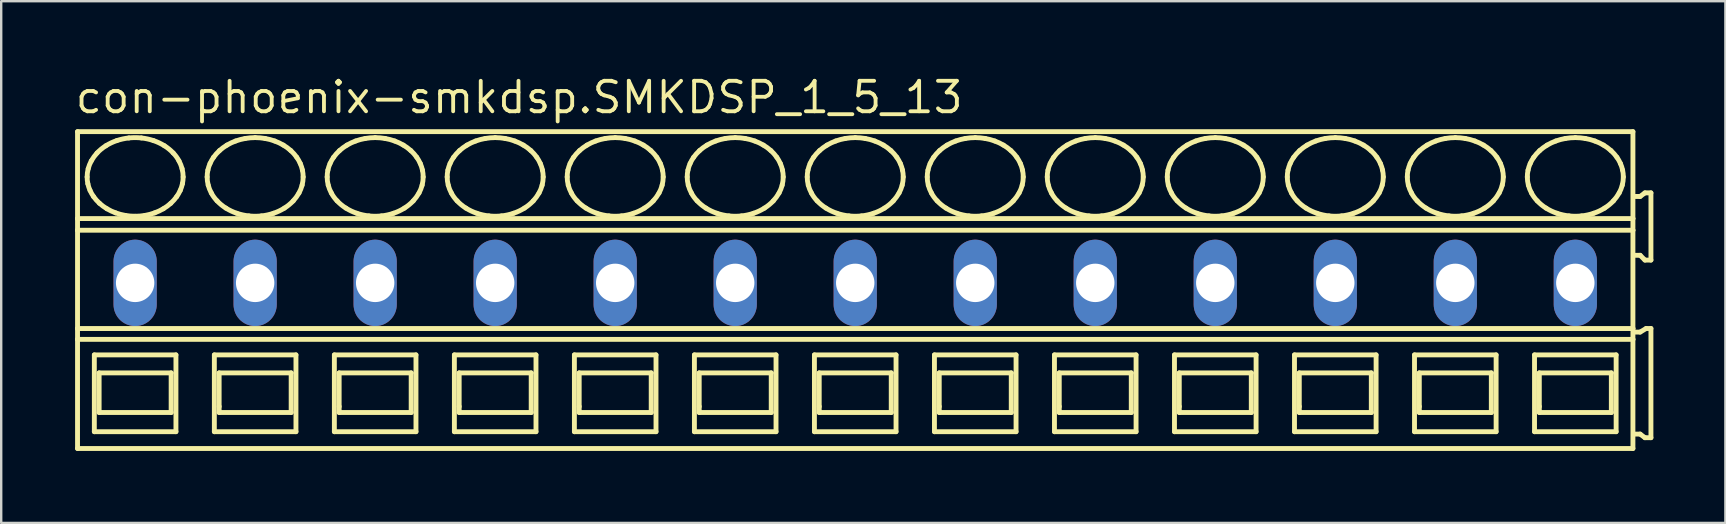
<source format=kicad_pcb>
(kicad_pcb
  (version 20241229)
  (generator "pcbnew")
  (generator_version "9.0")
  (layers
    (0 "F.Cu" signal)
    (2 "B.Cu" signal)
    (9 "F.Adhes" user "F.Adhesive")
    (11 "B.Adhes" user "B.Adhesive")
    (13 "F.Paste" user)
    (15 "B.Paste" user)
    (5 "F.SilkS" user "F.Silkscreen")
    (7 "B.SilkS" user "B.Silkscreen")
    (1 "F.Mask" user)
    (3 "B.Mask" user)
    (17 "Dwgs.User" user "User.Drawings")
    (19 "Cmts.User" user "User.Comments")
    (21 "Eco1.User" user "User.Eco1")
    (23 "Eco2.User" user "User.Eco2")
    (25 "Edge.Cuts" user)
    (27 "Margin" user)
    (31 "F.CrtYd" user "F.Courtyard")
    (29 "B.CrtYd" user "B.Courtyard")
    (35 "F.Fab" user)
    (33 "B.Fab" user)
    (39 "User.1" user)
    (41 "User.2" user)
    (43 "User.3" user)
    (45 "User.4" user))
  (footprint "con-phoenix-smkdsp.SMKDSP_1_5_13"
    (layer "F.Cu")
    (at 5.08 8.735)
    (property "Reference" "con-phoenix-smkdsp.SMKDSP_1_5_13" (at -5.08 -6.985 0) (layer "F.SilkS") (effects (font (size 1.27 1.27) (thickness 0.16)) (justify left bottom)))
    (attr through_hole)
    (fp_line (start -4.9 -6.3) (end -4.9 -2.679) (stroke (width 0.203) (type default)) (layer "F.SilkS"))
    (fp_line (start -4.9 -2.679) (end -4.9 -2.192) (stroke (width 0.203) (type default)) (layer "F.SilkS"))
    (fp_line (start -4.9 -2.192) (end -4.9 1.902) (stroke (width 0.203) (type default)) (layer "F.SilkS"))
    (fp_line (start -4.9 1.902) (end -4.9 2.354) (stroke (width 0.203) (type default)) (layer "F.SilkS"))
    (fp_line (start -4.9 2.354) (end -4.9 6.9) (stroke (width 0.203) (type default)) (layer "F.SilkS"))
    (fp_line (start -4.9 6.9) (end 59.9 6.9) (stroke (width 0.203) (type default)) (layer "F.SilkS"))
    (fp_line (start -4.2 3) (end -4.2 6.2) (stroke (width 0.203) (type default)) (layer "F.SilkS"))
    (fp_line (start -4.2 6.2) (end -0.8 6.2) (stroke (width 0.203) (type default)) (layer "F.SilkS"))
    (fp_line (start -4 3.75) (end -4 5.4) (stroke (width 0.203) (type default)) (layer "F.SilkS"))
    (fp_line (start -4 5.4) (end -1 5.4) (stroke (width 0.203) (type default)) (layer "F.SilkS"))
    (fp_line (start -1 3.75) (end -4 3.75) (stroke (width 0.203) (type default)) (layer "F.SilkS"))
    (fp_line (start -1 5.4) (end -1 3.75) (stroke (width 0.203) (type default)) (layer "F.SilkS"))
    (fp_line (start -0.8 3) (end -4.2 3) (stroke (width 0.203) (type default)) (layer "F.SilkS"))
    (fp_line (start -0.8 6.2) (end -0.8 3) (stroke (width 0.203) (type default)) (layer "F.SilkS"))
    (fp_line (start 0.8 3) (end 0.8 6.2) (stroke (width 0.203) (type default)) (layer "F.SilkS"))
    (fp_line (start 0.8 6.2) (end 4.2 6.2) (stroke (width 0.203) (type default)) (layer "F.SilkS"))
    (fp_line (start 1 3.75) (end 1 5.15) (stroke (width 0.203) (type default)) (layer "F.SilkS"))
    (fp_line (start 1 5.15) (end 1 5.4) (stroke (width 0.203) (type default)) (layer "F.SilkS"))
    (fp_line (start 1 5.4) (end 4 5.4) (stroke (width 0.203) (type default)) (layer "F.SilkS"))
    (fp_line (start 4 3.75) (end 1 3.75) (stroke (width 0.203) (type default)) (layer "F.SilkS"))
    (fp_line (start 4 5.4) (end 4 3.75) (stroke (width 0.203) (type default)) (layer "F.SilkS"))
    (fp_line (start 4.2 3) (end 0.8 3) (stroke (width 0.203) (type default)) (layer "F.SilkS"))
    (fp_line (start 4.2 6.2) (end 4.2 3) (stroke (width 0.203) (type default)) (layer "F.SilkS"))
    (fp_line (start 5.8 3) (end 5.8 6.2) (stroke (width 0.203) (type default)) (layer "F.SilkS"))
    (fp_line (start 5.8 6.2) (end 9.2 6.2) (stroke (width 0.203) (type default)) (layer "F.SilkS"))
    (fp_line (start 6 3.75) (end 6 5.15) (stroke (width 0.203) (type default)) (layer "F.SilkS"))
    (fp_line (start 6 5.15) (end 6 5.4) (stroke (width 0.203) (type default)) (layer "F.SilkS"))
    (fp_line (start 6 5.4) (end 9 5.4) (stroke (width 0.203) (type default)) (layer "F.SilkS"))
    (fp_line (start 9 3.75) (end 6 3.75) (stroke (width 0.203) (type default)) (layer "F.SilkS"))
    (fp_line (start 9 5.4) (end 9 3.75) (stroke (width 0.203) (type default)) (layer "F.SilkS"))
    (fp_line (start 9.2 3) (end 5.8 3) (stroke (width 0.203) (type default)) (layer "F.SilkS"))
    (fp_line (start 9.2 6.2) (end 9.2 3) (stroke (width 0.203) (type default)) (layer "F.SilkS"))
    (fp_line (start 10.8 3) (end 10.8 6.2) (stroke (width 0.203) (type default)) (layer "F.SilkS"))
    (fp_line (start 10.8 6.2) (end 14.2 6.2) (stroke (width 0.203) (type default)) (layer "F.SilkS"))
    (fp_line (start 11 3.75) (end 11 5.15) (stroke (width 0.203) (type default)) (layer "F.SilkS"))
    (fp_line (start 11 5.15) (end 11 5.4) (stroke (width 0.203) (type default)) (layer "F.SilkS"))
    (fp_line (start 11 5.4) (end 14 5.4) (stroke (width 0.203) (type default)) (layer "F.SilkS"))
    (fp_line (start 14 3.75) (end 11 3.75) (stroke (width 0.203) (type default)) (layer "F.SilkS"))
    (fp_line (start 14 5.4) (end 14 3.75) (stroke (width 0.203) (type default)) (layer "F.SilkS"))
    (fp_line (start 14.2 3) (end 10.8 3) (stroke (width 0.203) (type default)) (layer "F.SilkS"))
    (fp_line (start 14.2 6.2) (end 14.2 3) (stroke (width 0.203) (type default)) (layer "F.SilkS"))
    (fp_line (start 15.8 3) (end 15.8 6.2) (stroke (width 0.203) (type default)) (layer "F.SilkS"))
    (fp_line (start 15.8 6.2) (end 19.2 6.2) (stroke (width 0.203) (type default)) (layer "F.SilkS"))
    (fp_line (start 16 3.75) (end 16 5.15) (stroke (width 0.203) (type default)) (layer "F.SilkS"))
    (fp_line (start 16 5.15) (end 16 5.4) (stroke (width 0.203) (type default)) (layer "F.SilkS"))
    (fp_line (start 16 5.4) (end 19 5.4) (stroke (width 0.203) (type default)) (layer "F.SilkS"))
    (fp_line (start 19 3.75) (end 16 3.75) (stroke (width 0.203) (type default)) (layer "F.SilkS"))
    (fp_line (start 19 5.4) (end 19 3.75) (stroke (width 0.203) (type default)) (layer "F.SilkS"))
    (fp_line (start 19.2 3) (end 15.8 3) (stroke (width 0.203) (type default)) (layer "F.SilkS"))
    (fp_line (start 19.2 6.2) (end 19.2 3) (stroke (width 0.203) (type default)) (layer "F.SilkS"))
    (fp_line (start 20.8 3) (end 20.8 6.2) (stroke (width 0.203) (type default)) (layer "F.SilkS"))
    (fp_line (start 20.8 6.2) (end 24.2 6.2) (stroke (width 0.203) (type default)) (layer "F.SilkS"))
    (fp_line (start 21 3.75) (end 21 5.15) (stroke (width 0.203) (type default)) (layer "F.SilkS"))
    (fp_line (start 21 5.15) (end 21 5.4) (stroke (width 0.203) (type default)) (layer "F.SilkS"))
    (fp_line (start 21 5.4) (end 24 5.4) (stroke (width 0.203) (type default)) (layer "F.SilkS"))
    (fp_line (start 24 3.75) (end 21 3.75) (stroke (width 0.203) (type default)) (layer "F.SilkS"))
    (fp_line (start 24 5.4) (end 24 3.75) (stroke (width 0.203) (type default)) (layer "F.SilkS"))
    (fp_line (start 24.2 3) (end 20.8 3) (stroke (width 0.203) (type default)) (layer "F.SilkS"))
    (fp_line (start 24.2 6.2) (end 24.2 3) (stroke (width 0.203) (type default)) (layer "F.SilkS"))
    (fp_line (start 25.8 3) (end 25.8 6.2) (stroke (width 0.203) (type default)) (layer "F.SilkS"))
    (fp_line (start 25.8 6.2) (end 29.2 6.2) (stroke (width 0.203) (type default)) (layer "F.SilkS"))
    (fp_line (start 26 3.75) (end 26 5.15) (stroke (width 0.203) (type default)) (layer "F.SilkS"))
    (fp_line (start 26 5.15) (end 26 5.4) (stroke (width 0.203) (type default)) (layer "F.SilkS"))
    (fp_line (start 26 5.4) (end 29 5.4) (stroke (width 0.203) (type default)) (layer "F.SilkS"))
    (fp_line (start 29 3.75) (end 26 3.75) (stroke (width 0.203) (type default)) (layer "F.SilkS"))
    (fp_line (start 29 5.4) (end 29 3.75) (stroke (width 0.203) (type default)) (layer "F.SilkS"))
    (fp_line (start 29.2 3) (end 25.8 3) (stroke (width 0.203) (type default)) (layer "F.SilkS"))
    (fp_line (start 29.2 6.2) (end 29.2 3) (stroke (width 0.203) (type default)) (layer "F.SilkS"))
    (fp_line (start 30.8 3) (end 30.8 6.2) (stroke (width 0.203) (type default)) (layer "F.SilkS"))
    (fp_line (start 30.8 6.2) (end 34.2 6.2) (stroke (width 0.203) (type default)) (layer "F.SilkS"))
    (fp_line (start 31 3.75) (end 31 5.15) (stroke (width 0.203) (type default)) (layer "F.SilkS"))
    (fp_line (start 31 5.15) (end 31 5.4) (stroke (width 0.203) (type default)) (layer "F.SilkS"))
    (fp_line (start 31 5.4) (end 34 5.4) (stroke (width 0.203) (type default)) (layer "F.SilkS"))
    (fp_line (start 34 3.75) (end 31 3.75) (stroke (width 0.203) (type default)) (layer "F.SilkS"))
    (fp_line (start 34 5.4) (end 34 3.75) (stroke (width 0.203) (type default)) (layer "F.SilkS"))
    (fp_line (start 34.2 3) (end 30.8 3) (stroke (width 0.203) (type default)) (layer "F.SilkS"))
    (fp_line (start 34.2 6.2) (end 34.2 3) (stroke (width 0.203) (type default)) (layer "F.SilkS"))
    (fp_line (start 35.8 3) (end 35.8 6.2) (stroke (width 0.203) (type default)) (layer "F.SilkS"))
    (fp_line (start 35.8 6.2) (end 39.2 6.2) (stroke (width 0.203) (type default)) (layer "F.SilkS"))
    (fp_line (start 36 3.75) (end 36 5.15) (stroke (width 0.203) (type default)) (layer "F.SilkS"))
    (fp_line (start 36 5.15) (end 36 5.4) (stroke (width 0.203) (type default)) (layer "F.SilkS"))
    (fp_line (start 36 5.4) (end 39 5.4) (stroke (width 0.203) (type default)) (layer "F.SilkS"))
    (fp_line (start 39 3.75) (end 36 3.75) (stroke (width 0.203) (type default)) (layer "F.SilkS"))
    (fp_line (start 39 5.4) (end 39 3.75) (stroke (width 0.203) (type default)) (layer "F.SilkS"))
    (fp_line (start 39.2 3) (end 35.8 3) (stroke (width 0.203) (type default)) (layer "F.SilkS"))
    (fp_line (start 39.2 6.2) (end 39.2 3) (stroke (width 0.203) (type default)) (layer "F.SilkS"))
    (fp_line (start 40.8 3) (end 40.8 6.2) (stroke (width 0.203) (type default)) (layer "F.SilkS"))
    (fp_line (start 40.8 6.2) (end 44.2 6.2) (stroke (width 0.203) (type default)) (layer "F.SilkS"))
    (fp_line (start 41 3.75) (end 41 5.15) (stroke (width 0.203) (type default)) (layer "F.SilkS"))
    (fp_line (start 41 5.15) (end 41 5.4) (stroke (width 0.203) (type default)) (layer "F.SilkS"))
    (fp_line (start 41 5.4) (end 44 5.4) (stroke (width 0.203) (type default)) (layer "F.SilkS"))
    (fp_line (start 44 3.75) (end 41 3.75) (stroke (width 0.203) (type default)) (layer "F.SilkS"))
    (fp_line (start 44 5.4) (end 44 3.75) (stroke (width 0.203) (type default)) (layer "F.SilkS"))
    (fp_line (start 44.2 3) (end 40.8 3) (stroke (width 0.203) (type default)) (layer "F.SilkS"))
    (fp_line (start 44.2 6.2) (end 44.2 3) (stroke (width 0.203) (type default)) (layer "F.SilkS"))
    (fp_line (start 45.8 3) (end 45.8 6.2) (stroke (width 0.203) (type default)) (layer "F.SilkS"))
    (fp_line (start 45.8 6.2) (end 49.2 6.2) (stroke (width 0.203) (type default)) (layer "F.SilkS"))
    (fp_line (start 46 3.75) (end 46 5.15) (stroke (width 0.203) (type default)) (layer "F.SilkS"))
    (fp_line (start 46 5.15) (end 46 5.4) (stroke (width 0.203) (type default)) (layer "F.SilkS"))
    (fp_line (start 46 5.4) (end 49 5.4) (stroke (width 0.203) (type default)) (layer "F.SilkS"))
    (fp_line (start 49 3.75) (end 46 3.75) (stroke (width 0.203) (type default)) (layer "F.SilkS"))
    (fp_line (start 49 5.4) (end 49 3.75) (stroke (width 0.203) (type default)) (layer "F.SilkS"))
    (fp_line (start 49.2 3) (end 45.8 3) (stroke (width 0.203) (type default)) (layer "F.SilkS"))
    (fp_line (start 49.2 6.2) (end 49.2 3) (stroke (width 0.203) (type default)) (layer "F.SilkS"))
    (fp_line (start 50.8 3) (end 50.8 6.2) (stroke (width 0.203) (type default)) (layer "F.SilkS"))
    (fp_line (start 50.8 6.2) (end 54.2 6.2) (stroke (width 0.203) (type default)) (layer "F.SilkS"))
    (fp_line (start 51 3.75) (end 51 5.15) (stroke (width 0.203) (type default)) (layer "F.SilkS"))
    (fp_line (start 51 5.15) (end 51 5.4) (stroke (width 0.203) (type default)) (layer "F.SilkS"))
    (fp_line (start 51 5.4) (end 54 5.4) (stroke (width 0.203) (type default)) (layer "F.SilkS"))
    (fp_line (start 54 3.75) (end 51 3.75) (stroke (width 0.203) (type default)) (layer "F.SilkS"))
    (fp_line (start 54 5.4) (end 54 3.75) (stroke (width 0.203) (type default)) (layer "F.SilkS"))
    (fp_line (start 54.2 3) (end 50.8 3) (stroke (width 0.203) (type default)) (layer "F.SilkS"))
    (fp_line (start 54.2 6.2) (end 54.2 3) (stroke (width 0.203) (type default)) (layer "F.SilkS"))
    (fp_line (start 55.8 3) (end 55.8 6.2) (stroke (width 0.203) (type default)) (layer "F.SilkS"))
    (fp_line (start 55.8 6.2) (end 59.2 6.2) (stroke (width 0.203) (type default)) (layer "F.SilkS"))
    (fp_line (start 56 3.75) (end 56 5.15) (stroke (width 0.203) (type default)) (layer "F.SilkS"))
    (fp_line (start 56 5.15) (end 56 5.4) (stroke (width 0.203) (type default)) (layer "F.SilkS"))
    (fp_line (start 56 5.4) (end 59 5.4) (stroke (width 0.203) (type default)) (layer "F.SilkS"))
    (fp_line (start 59 3.75) (end 56 3.75) (stroke (width 0.203) (type default)) (layer "F.SilkS"))
    (fp_line (start 59 5.4) (end 59 3.75) (stroke (width 0.203) (type default)) (layer "F.SilkS"))
    (fp_line (start 59.2 3) (end 55.8 3) (stroke (width 0.203) (type default)) (layer "F.SilkS"))
    (fp_line (start 59.2 6.2) (end 59.2 3) (stroke (width 0.203) (type default)) (layer "F.SilkS"))
    (fp_line (start 59.9 -6.3) (end -4.9 -6.3) (stroke (width 0.203) (type default)) (layer "F.SilkS"))
    (fp_line (start 59.9 -2.679) (end -4.9 -2.679) (stroke (width 0.203) (type default)) (layer "F.SilkS"))
    (fp_line (start 59.9 -2.679) (end 59.9 -6.3) (stroke (width 0.203) (type default)) (layer "F.SilkS"))
    (fp_line (start 59.9 -2.192) (end -4.9 -2.192) (stroke (width 0.203) (type default)) (layer "F.SilkS"))
    (fp_line (start 59.9 -2.192) (end 59.9 -2.679) (stroke (width 0.203) (type default)) (layer "F.SilkS"))
    (fp_line (start 59.9 1.902) (end -4.9 1.902) (stroke (width 0.203) (type default)) (layer "F.SilkS"))
    (fp_line (start 59.9 1.902) (end 59.9 -2.192) (stroke (width 0.203) (type default)) (layer "F.SilkS"))
    (fp_line (start 59.9 2.354) (end -4.9 2.354) (stroke (width 0.203) (type default)) (layer "F.SilkS"))
    (fp_line (start 59.9 2.354) (end 59.9 1.902) (stroke (width 0.203) (type default)) (layer "F.SilkS"))
    (fp_line (start 59.9 6.9) (end 59.9 2.354) (stroke (width 0.203) (type default)) (layer "F.SilkS"))
    (fp_line (start 60 -1.15) (end 60.2 -1.15) (stroke (width 0.203) (type default)) (layer "F.SilkS"))
    (fp_line (start 60 6.3) (end 60.2 6.3) (stroke (width 0.203) (type default)) (layer "F.SilkS"))
    (fp_line (start 60.2 -3.6) (end 60 -3.6) (stroke (width 0.203) (type default)) (layer "F.SilkS"))
    (fp_line (start 60.2 -1.15) (end 60.4 -0.95) (stroke (width 0.203) (type default)) (layer "F.SilkS"))
    (fp_line (start 60.2 2.05) (end 60 2.05) (stroke (width 0.203) (type default)) (layer "F.SilkS"))
    (fp_line (start 60.2 6.3) (end 60.4 6.45) (stroke (width 0.203) (type default)) (layer "F.SilkS"))
    (fp_line (start 60.4 -3.75) (end 60.2 -3.6) (stroke (width 0.203) (type default)) (layer "F.SilkS"))
    (fp_line (start 60.4 -0.95) (end 60.65 -0.95) (stroke (width 0.203) (type default)) (layer "F.SilkS"))
    (fp_line (start 60.4 6.45) (end 60.65 6.45) (stroke (width 0.203) (type default)) (layer "F.SilkS"))
    (fp_line (start 60.45 1.9) (end 60.2 2.05) (stroke (width 0.203) (type default)) (layer "F.SilkS"))
    (fp_line (start 60.65 -3.75) (end 60.4 -3.75) (stroke (width 0.203) (type default)) (layer "F.SilkS"))
    (fp_line (start 60.65 -0.95) (end 60.65 -3.75) (stroke (width 0.203) (type default)) (layer "F.SilkS"))
    (fp_line (start 60.65 1.9) (end 60.45 1.9) (stroke (width 0.203) (type default)) (layer "F.SilkS"))
    (fp_line (start 60.65 6.45) (end 60.65 1.9) (stroke (width 0.203) (type default)) (layer "F.SilkS"))
    (fp_arc (start -4.5 -4.4136) (mid -4.488905 -4.585389) (end -4.4562 -4.7544) (stroke (width 0.2032) (type default)) (layer "F.SilkS"))
    (fp_arc (start -4.4695 -4.1287) (mid -4.492309 -4.270341) (end -4.5 -4.4136) (stroke (width 0.2032) (type default)) (layer "F.SilkS"))
    (fp_arc (start -4.4562 -4.7544) (mid -4.401558 -4.920839) (end -4.3273 -5.0795) (stroke (width 0.2032) (type default)) (layer "F.SilkS"))
    (fp_arc (start -4.3795 -3.8536) (mid -4.431599 -3.988827) (end -4.4695 -4.1287) (stroke (width 0.2032) (type default)) (layer "F.SilkS"))
    (fp_arc (start -4.3274 -5.0795) (mid -4.216217 -5.252167) (end -4.0864 -5.4113) (stroke (width 0.2032) (type default)) (layer "F.SilkS"))
    (fp_arc (start -4.232 -3.5945) (mid -4.312155 -3.720404) (end -4.3795 -3.8536) (stroke (width 0.2032) (type default)) (layer "F.SilkS"))
    (fp_arc (start -4.0864 -5.4113) (mid -3.911717 -5.573771) (end -3.718 -5.713) (stroke (width 0.2032) (type default)) (layer "F.SilkS"))
    (fp_arc (start -3.9861 -3.3171) (mid -4.116737 -3.448975) (end -4.2321 -3.5944) (stroke (width 0.2032) (type default)) (layer "F.SilkS"))
    (fp_arc (start -3.718 -5.713) (mid -3.497651 -5.83326) (end -3.2649 -5.9273) (stroke (width 0.2032) (type default)) (layer "F.SilkS"))
    (fp_arc (start -3.676 -3.0884) (mid -3.836846 -3.19489) (end -3.9861 -3.3171) (stroke (width 0.2032) (type default)) (layer "F.SilkS"))
    (fp_arc (start -3.313 -2.9167) (mid -3.498551 -2.993985) (end -3.676 -3.0884) (stroke (width 0.2032) (type default)) (layer "F.SilkS"))
    (fp_arc (start -3.2649 -5.9273) (mid -3.016253 -5.996227) (end -2.7616 -6.0378) (stroke (width 0.2032) (type default)) (layer "F.SilkS"))
    (fp_arc (start -2.9161 -2.8111) (mid -3.116893 -2.855096) (end -3.313 -2.9167) (stroke (width 0.2032) (type default)) (layer "F.SilkS"))
    (fp_arc (start -2.7616 -6.0378) (mid -2.5 -6.051841) (end -2.2384 -6.0378) (stroke (width 0.2032) (type default)) (layer "F.SilkS"))
    (fp_arc (start -2.5 -2.7752) (mid -2.708826 -2.784159) (end -2.9161 -2.8111) (stroke (width 0.2032) (type default)) (layer "F.SilkS"))
    (fp_arc (start -2.2384 -6.0378) (mid -1.983714 -5.996378) (end -1.7351 -5.9273) (stroke (width 0.2032) (type default)) (layer "F.SilkS"))
    (fp_arc (start -2.0839 -2.8111) (mid -2.291182 -2.784277) (end -2.5 -2.7753) (stroke (width 0.2032) (type default)) (layer "F.SilkS"))
    (fp_arc (start -1.7351 -5.9273) (mid -1.502222 -5.83353) (end -1.282 -5.713) (stroke (width 0.2032) (type default)) (layer "F.SilkS"))
    (fp_arc (start -1.687 -2.9167) (mid -1.883128 -2.855175) (end -2.0839 -2.8111) (stroke (width 0.2032) (type default)) (layer "F.SilkS"))
    (fp_arc (start -1.324 -3.0884) (mid -1.501514 -2.994123) (end -1.687 -2.9167) (stroke (width 0.2032) (type default)) (layer "F.SilkS"))
    (fp_arc (start -1.282 -5.713) (mid -1.088036 -5.574073) (end -0.9136 -5.4113) (stroke (width 0.2032) (type default)) (layer "F.SilkS"))
    (fp_arc (start -1.0139 -3.3171) (mid -1.163276 -3.195057) (end -1.324 -3.0884) (stroke (width 0.2032) (type default)) (layer "F.SilkS"))
    (fp_arc (start -0.9137 -5.4112) (mid -0.781313 -5.253987) (end -0.6727 -5.0795) (stroke (width 0.2032) (type default)) (layer "F.SilkS"))
    (fp_arc (start -0.7679 -3.5944) (mid -0.88339 -3.449088) (end -1.0139 -3.3171) (stroke (width 0.2032) (type default)) (layer "F.SilkS"))
    (fp_arc (start -0.6727 -5.0795) (mid -0.598286 -4.920901) (end -0.5438 -4.7544) (stroke (width 0.2032) (type default)) (layer "F.SilkS"))
    (fp_arc (start -0.6204 -3.8536) (mid -0.687861 -3.720421) (end -0.7679 -3.5944) (stroke (width 0.2032) (type default)) (layer "F.SilkS"))
    (fp_arc (start -0.5438 -4.7544) (mid -0.511083 -4.58539) (end -0.5 -4.4136) (stroke (width 0.2032) (type default)) (layer "F.SilkS"))
    (fp_arc (start -0.5305 -4.1287) (mid -0.568473 -3.988851) (end -0.6205 -3.8536) (stroke (width 0.2032) (type default)) (layer "F.SilkS"))
    (fp_arc (start -0.5001 -4.4136) (mid -0.50774 -4.270343) (end -0.5305 -4.1287) (stroke (width 0.2032) (type default)) (layer "F.SilkS"))
    (fp_arc (start 0.5 -4.4136) (mid 0.507693 -4.556809) (end 0.5305 -4.6984) (stroke (width 0.2032) (type default)) (layer "F.SilkS"))
    (fp_arc (start 0.5305 -4.6984) (mid 0.568467 -4.8383) (end 0.6205 -4.9736) (stroke (width 0.2032) (type default)) (layer "F.SilkS"))
    (fp_arc (start 0.5438 -4.0727) (mid 0.511073 -4.241759) (end 0.5 -4.4136) (stroke (width 0.2032) (type default)) (layer "F.SilkS"))
    (fp_arc (start 0.6204 -4.9736) (mid 0.687866 -5.106728) (end 0.7679 -5.2327) (stroke (width 0.2032) (type default)) (layer "F.SilkS"))
    (fp_arc (start 0.6727 -3.7476) (mid 0.598288 -3.9062) (end 0.5438 -4.0727) (stroke (width 0.2032) (type default)) (layer "F.SilkS"))
    (fp_arc (start 0.7679 -5.2327) (mid 0.883386 -5.378016) (end 1.0139 -5.51) (stroke (width 0.2032) (type default)) (layer "F.SilkS"))
    (fp_arc (start 0.9136 -3.4159) (mid 0.781267 -3.57312) (end 0.6727 -3.7476) (stroke (width 0.2032) (type default)) (layer "F.SilkS"))
    (fp_arc (start 1.0139 -5.51) (mid 1.163277 -5.632042) (end 1.324 -5.7387) (stroke (width 0.2032) (type default)) (layer "F.SilkS"))
    (fp_arc (start 1.282 -3.1141) (mid 1.088032 -3.253077) (end 0.9136 -3.4159) (stroke (width 0.2032) (type default)) (layer "F.SilkS"))
    (fp_arc (start 1.324 -5.7387) (mid 1.501514 -5.832977) (end 1.687 -5.9104) (stroke (width 0.2032) (type default)) (layer "F.SilkS"))
    (fp_arc (start 1.687 -5.9104) (mid 1.883128 -5.971925) (end 2.0839 -6.016) (stroke (width 0.2032) (type default)) (layer "F.SilkS"))
    (fp_arc (start 1.7351 -2.8998) (mid 1.502222 -2.993571) (end 1.282 -3.1141) (stroke (width 0.2032) (type default)) (layer "F.SilkS"))
    (fp_arc (start 2.0839 -6.0161) (mid 2.291183 -6.042919) (end 2.5 -6.0519) (stroke (width 0.2032) (type default)) (layer "F.SilkS"))
    (fp_arc (start 2.2384 -2.7893) (mid 1.983714 -2.830721) (end 1.7351 -2.8998) (stroke (width 0.2032) (type default)) (layer "F.SilkS"))
    (fp_arc (start 2.5 -6.0519) (mid 2.708826 -6.042941) (end 2.9161 -6.016) (stroke (width 0.2032) (type default)) (layer "F.SilkS"))
    (fp_arc (start 2.7616 -2.7893) (mid 2.5 -2.775259) (end 2.2384 -2.7893) (stroke (width 0.2032) (type default)) (layer "F.SilkS"))
    (fp_arc (start 2.9161 -6.016) (mid 3.116893 -5.972004) (end 3.313 -5.9104) (stroke (width 0.2032) (type default)) (layer "F.SilkS"))
    (fp_arc (start 3.2649 -2.8998) (mid 3.016253 -2.830873) (end 2.7616 -2.7893) (stroke (width 0.2032) (type default)) (layer "F.SilkS"))
    (fp_arc (start 3.313 -5.9104) (mid 3.498552 -5.833116) (end 3.676 -5.7387) (stroke (width 0.2032) (type default)) (layer "F.SilkS"))
    (fp_arc (start 3.676 -5.7387) (mid 3.836846 -5.632209) (end 3.9861 -5.51) (stroke (width 0.2032) (type default)) (layer "F.SilkS"))
    (fp_arc (start 3.718 -3.1141) (mid 3.497651 -2.993839) (end 3.2649 -2.8998) (stroke (width 0.2032) (type default)) (layer "F.SilkS"))
    (fp_arc (start 3.9861 -5.51) (mid 4.116738 -5.378126) (end 4.2321 -5.2327) (stroke (width 0.2032) (type default)) (layer "F.SilkS"))
    (fp_arc (start 4.0864 -3.4159) (mid 3.911721 -3.253378) (end 3.718 -3.1141) (stroke (width 0.2032) (type default)) (layer "F.SilkS"))
    (fp_arc (start 4.2321 -5.2327) (mid 4.312204 -5.106793) (end 4.3795 -4.9736) (stroke (width 0.2032) (type default)) (layer "F.SilkS"))
    (fp_arc (start 4.3273 -3.7476) (mid 4.216161 -3.574988) (end 4.0864 -3.4159) (stroke (width 0.2032) (type default)) (layer "F.SilkS"))
    (fp_arc (start 4.3795 -4.9736) (mid 4.431605 -4.838324) (end 4.4695 -4.6984) (stroke (width 0.2032) (type default)) (layer "F.SilkS"))
    (fp_arc (start 4.4562 -4.0727) (mid 4.401557 -3.906262) (end 4.3273 -3.7476) (stroke (width 0.2032) (type default)) (layer "F.SilkS"))
    (fp_arc (start 4.4695 -4.6984) (mid 4.4923 -4.556809) (end 4.5 -4.4136) (stroke (width 0.2032) (type default)) (layer "F.SilkS"))
    (fp_arc (start 4.5 -4.4136) (mid 4.488914 -4.241761) (end 4.4562 -4.0727) (stroke (width 0.2032) (type default)) (layer "F.SilkS"))
    (fp_arc (start 5.5 -4.4136) (mid 5.507693 -4.556809) (end 5.5305 -4.6984) (stroke (width 0.2032) (type default)) (layer "F.SilkS"))
    (fp_arc (start 5.5305 -4.6984) (mid 5.568467 -4.8383) (end 5.6205 -4.9736) (stroke (width 0.2032) (type default)) (layer "F.SilkS"))
    (fp_arc (start 5.5438 -4.0727) (mid 5.511073 -4.241759) (end 5.5 -4.4136) (stroke (width 0.2032) (type default)) (layer "F.SilkS"))
    (fp_arc (start 5.6204 -4.9736) (mid 5.687866 -5.106728) (end 5.7679 -5.2327) (stroke (width 0.2032) (type default)) (layer "F.SilkS"))
    (fp_arc (start 5.6727 -3.7476) (mid 5.598288 -3.9062) (end 5.5438 -4.0727) (stroke (width 0.2032) (type default)) (layer "F.SilkS"))
    (fp_arc (start 5.7679 -5.2327) (mid 5.883386 -5.378016) (end 6.0139 -5.51) (stroke (width 0.2032) (type default)) (layer "F.SilkS"))
    (fp_arc (start 5.9136 -3.4159) (mid 5.781267 -3.57312) (end 5.6727 -3.7476) (stroke (width 0.2032) (type default)) (layer "F.SilkS"))
    (fp_arc (start 6.0139 -5.51) (mid 6.163277 -5.632042) (end 6.324 -5.7387) (stroke (width 0.2032) (type default)) (layer "F.SilkS"))
    (fp_arc (start 6.282 -3.1141) (mid 6.088032 -3.253077) (end 5.9136 -3.4159) (stroke (width 0.2032) (type default)) (layer "F.SilkS"))
    (fp_arc (start 6.324 -5.7387) (mid 6.501514 -5.832977) (end 6.687 -5.9104) (stroke (width 0.2032) (type default)) (layer "F.SilkS"))
    (fp_arc (start 6.687 -5.9104) (mid 6.883128 -5.971925) (end 7.0839 -6.016) (stroke (width 0.2032) (type default)) (layer "F.SilkS"))
    (fp_arc (start 6.7351 -2.8998) (mid 6.502222 -2.993571) (end 6.282 -3.1141) (stroke (width 0.2032) (type default)) (layer "F.SilkS"))
    (fp_arc (start 7.0839 -6.0161) (mid 7.291183 -6.042919) (end 7.5 -6.0519) (stroke (width 0.2032) (type default)) (layer "F.SilkS"))
    (fp_arc (start 7.2384 -2.7893) (mid 6.983714 -2.830721) (end 6.7351 -2.8998) (stroke (width 0.2032) (type default)) (layer "F.SilkS"))
    (fp_arc (start 7.5 -6.0519) (mid 7.708826 -6.042941) (end 7.9161 -6.016) (stroke (width 0.2032) (type default)) (layer "F.SilkS"))
    (fp_arc (start 7.7616 -2.7893) (mid 7.5 -2.775259) (end 7.2384 -2.7893) (stroke (width 0.2032) (type default)) (layer "F.SilkS"))
    (fp_arc (start 7.9161 -6.016) (mid 8.116893 -5.972004) (end 8.313 -5.9104) (stroke (width 0.2032) (type default)) (layer "F.SilkS"))
    (fp_arc (start 8.2649 -2.8998) (mid 8.016253 -2.830873) (end 7.7616 -2.7893) (stroke (width 0.2032) (type default)) (layer "F.SilkS"))
    (fp_arc (start 8.313 -5.9104) (mid 8.498552 -5.833116) (end 8.676 -5.7387) (stroke (width 0.2032) (type default)) (layer "F.SilkS"))
    (fp_arc (start 8.676 -5.7387) (mid 8.836846 -5.632209) (end 8.9861 -5.51) (stroke (width 0.2032) (type default)) (layer "F.SilkS"))
    (fp_arc (start 8.718 -3.1141) (mid 8.497651 -2.993839) (end 8.2649 -2.8998) (stroke (width 0.2032) (type default)) (layer "F.SilkS"))
    (fp_arc (start 8.9861 -5.51) (mid 9.116738 -5.378126) (end 9.2321 -5.2327) (stroke (width 0.2032) (type default)) (layer "F.SilkS"))
    (fp_arc (start 9.0864 -3.4159) (mid 8.911721 -3.253378) (end 8.718 -3.1141) (stroke (width 0.2032) (type default)) (layer "F.SilkS"))
    (fp_arc (start 9.2321 -5.2327) (mid 9.312204 -5.106793) (end 9.3795 -4.9736) (stroke (width 0.2032) (type default)) (layer "F.SilkS"))
    (fp_arc (start 9.3273 -3.7476) (mid 9.216161 -3.574988) (end 9.0864 -3.4159) (stroke (width 0.2032) (type default)) (layer "F.SilkS"))
    (fp_arc (start 9.3795 -4.9736) (mid 9.431605 -4.838324) (end 9.4695 -4.6984) (stroke (width 0.2032) (type default)) (layer "F.SilkS"))
    (fp_arc (start 9.4562 -4.0727) (mid 9.401557 -3.906262) (end 9.3273 -3.7476) (stroke (width 0.2032) (type default)) (layer "F.SilkS"))
    (fp_arc (start 9.4695 -4.6984) (mid 9.4923 -4.556809) (end 9.5 -4.4136) (stroke (width 0.2032) (type default)) (layer "F.SilkS"))
    (fp_arc (start 9.5 -4.4136) (mid 9.488914 -4.241761) (end 9.4562 -4.0727) (stroke (width 0.2032) (type default)) (layer "F.SilkS"))
    (fp_arc (start 10.5 -4.4136) (mid 10.507693 -4.556809) (end 10.5305 -4.6984) (stroke (width 0.2032) (type default)) (layer "F.SilkS"))
    (fp_arc (start 10.5305 -4.6984) (mid 10.568467 -4.8383) (end 10.6205 -4.9736) (stroke (width 0.2032) (type default)) (layer "F.SilkS"))
    (fp_arc (start 10.5438 -4.0727) (mid 10.511073 -4.241759) (end 10.5 -4.4136) (stroke (width 0.2032) (type default)) (layer "F.SilkS"))
    (fp_arc (start 10.6204 -4.9736) (mid 10.687866 -5.106728) (end 10.7679 -5.2327) (stroke (width 0.2032) (type default)) (layer "F.SilkS"))
    (fp_arc (start 10.6727 -3.7476) (mid 10.598288 -3.9062) (end 10.5438 -4.0727) (stroke (width 0.2032) (type default)) (layer "F.SilkS"))
    (fp_arc (start 10.7679 -5.2327) (mid 10.883386 -5.378016) (end 11.0139 -5.51) (stroke (width 0.2032) (type default)) (layer "F.SilkS"))
    (fp_arc (start 10.9136 -3.4159) (mid 10.781267 -3.57312) (end 10.6727 -3.7476) (stroke (width 0.2032) (type default)) (layer "F.SilkS"))
    (fp_arc (start 11.0139 -5.51) (mid 11.163277 -5.632042) (end 11.324 -5.7387) (stroke (width 0.2032) (type default)) (layer "F.SilkS"))
    (fp_arc (start 11.282 -3.1141) (mid 11.088032 -3.253077) (end 10.9136 -3.4159) (stroke (width 0.2032) (type default)) (layer "F.SilkS"))
    (fp_arc (start 11.324 -5.7387) (mid 11.501514 -5.832977) (end 11.687 -5.9104) (stroke (width 0.2032) (type default)) (layer "F.SilkS"))
    (fp_arc (start 11.687 -5.9104) (mid 11.883128 -5.971925) (end 12.0839 -6.016) (stroke (width 0.2032) (type default)) (layer "F.SilkS"))
    (fp_arc (start 11.7351 -2.8998) (mid 11.502222 -2.993571) (end 11.282 -3.1141) (stroke (width 0.2032) (type default)) (layer "F.SilkS"))
    (fp_arc (start 12.0839 -6.0161) (mid 12.291183 -6.042919) (end 12.5 -6.0519) (stroke (width 0.2032) (type default)) (layer "F.SilkS"))
    (fp_arc (start 12.2384 -2.7893) (mid 11.983714 -2.830721) (end 11.7351 -2.8998) (stroke (width 0.2032) (type default)) (layer "F.SilkS"))
    (fp_arc (start 12.5 -6.0519) (mid 12.708826 -6.042941) (end 12.9161 -6.016) (stroke (width 0.2032) (type default)) (layer "F.SilkS"))
    (fp_arc (start 12.7616 -2.7893) (mid 12.5 -2.775259) (end 12.2384 -2.7893) (stroke (width 0.2032) (type default)) (layer "F.SilkS"))
    (fp_arc (start 12.9161 -6.016) (mid 13.116893 -5.972004) (end 13.313 -5.9104) (stroke (width 0.2032) (type default)) (layer "F.SilkS"))
    (fp_arc (start 13.2649 -2.8998) (mid 13.016253 -2.830873) (end 12.7616 -2.7893) (stroke (width 0.2032) (type default)) (layer "F.SilkS"))
    (fp_arc (start 13.313 -5.9104) (mid 13.498552 -5.833116) (end 13.676 -5.7387) (stroke (width 0.2032) (type default)) (layer "F.SilkS"))
    (fp_arc (start 13.676 -5.7387) (mid 13.836846 -5.632209) (end 13.9861 -5.51) (stroke (width 0.2032) (type default)) (layer "F.SilkS"))
    (fp_arc (start 13.718 -3.1141) (mid 13.497651 -2.993839) (end 13.2649 -2.8998) (stroke (width 0.2032) (type default)) (layer "F.SilkS"))
    (fp_arc (start 13.9861 -5.51) (mid 14.116738 -5.378126) (end 14.2321 -5.2327) (stroke (width 0.2032) (type default)) (layer "F.SilkS"))
    (fp_arc (start 14.0864 -3.4159) (mid 13.911721 -3.253378) (end 13.718 -3.1141) (stroke (width 0.2032) (type default)) (layer "F.SilkS"))
    (fp_arc (start 14.2321 -5.2327) (mid 14.312204 -5.106793) (end 14.3795 -4.9736) (stroke (width 0.2032) (type default)) (layer "F.SilkS"))
    (fp_arc (start 14.3273 -3.7476) (mid 14.216161 -3.574988) (end 14.0864 -3.4159) (stroke (width 0.2032) (type default)) (layer "F.SilkS"))
    (fp_arc (start 14.3795 -4.9736) (mid 14.431605 -4.838324) (end 14.4695 -4.6984) (stroke (width 0.2032) (type default)) (layer "F.SilkS"))
    (fp_arc (start 14.4562 -4.0727) (mid 14.401557 -3.906262) (end 14.3273 -3.7476) (stroke (width 0.2032) (type default)) (layer "F.SilkS"))
    (fp_arc (start 14.4695 -4.6984) (mid 14.4923 -4.556809) (end 14.5 -4.4136) (stroke (width 0.2032) (type default)) (layer "F.SilkS"))
    (fp_arc (start 14.5 -4.4136) (mid 14.488914 -4.241761) (end 14.4562 -4.0727) (stroke (width 0.2032) (type default)) (layer "F.SilkS"))
    (fp_arc (start 15.5 -4.4136) (mid 15.507693 -4.556809) (end 15.5305 -4.6984) (stroke (width 0.2032) (type default)) (layer "F.SilkS"))
    (fp_arc (start 15.5305 -4.6984) (mid 15.568467 -4.8383) (end 15.6205 -4.9736) (stroke (width 0.2032) (type default)) (layer "F.SilkS"))
    (fp_arc (start 15.5438 -4.0727) (mid 15.511073 -4.241759) (end 15.5 -4.4136) (stroke (width 0.2032) (type default)) (layer "F.SilkS"))
    (fp_arc (start 15.6204 -4.9736) (mid 15.687866 -5.106728) (end 15.7679 -5.2327) (stroke (width 0.2032) (type default)) (layer "F.SilkS"))
    (fp_arc (start 15.6727 -3.7476) (mid 15.598288 -3.9062) (end 15.5438 -4.0727) (stroke (width 0.2032) (type default)) (layer "F.SilkS"))
    (fp_arc (start 15.7679 -5.2327) (mid 15.883386 -5.378016) (end 16.0139 -5.51) (stroke (width 0.2032) (type default)) (layer "F.SilkS"))
    (fp_arc (start 15.9136 -3.4159) (mid 15.781267 -3.57312) (end 15.6727 -3.7476) (stroke (width 0.2032) (type default)) (layer "F.SilkS"))
    (fp_arc (start 16.0139 -5.51) (mid 16.163277 -5.632042) (end 16.324 -5.7387) (stroke (width 0.2032) (type default)) (layer "F.SilkS"))
    (fp_arc (start 16.282 -3.1141) (mid 16.088032 -3.253077) (end 15.9136 -3.4159) (stroke (width 0.2032) (type default)) (layer "F.SilkS"))
    (fp_arc (start 16.324 -5.7387) (mid 16.501514 -5.832977) (end 16.687 -5.9104) (stroke (width 0.2032) (type default)) (layer "F.SilkS"))
    (fp_arc (start 16.687 -5.9104) (mid 16.883128 -5.971925) (end 17.0839 -6.016) (stroke (width 0.2032) (type default)) (layer "F.SilkS"))
    (fp_arc (start 16.7351 -2.8998) (mid 16.502222 -2.993571) (end 16.282 -3.1141) (stroke (width 0.2032) (type default)) (layer "F.SilkS"))
    (fp_arc (start 17.0839 -6.0161) (mid 17.291183 -6.042919) (end 17.5 -6.0519) (stroke (width 0.2032) (type default)) (layer "F.SilkS"))
    (fp_arc (start 17.2384 -2.7893) (mid 16.983714 -2.830721) (end 16.7351 -2.8998) (stroke (width 0.2032) (type default)) (layer "F.SilkS"))
    (fp_arc (start 17.5 -6.0519) (mid 17.708826 -6.042941) (end 17.9161 -6.016) (stroke (width 0.2032) (type default)) (layer "F.SilkS"))
    (fp_arc (start 17.7616 -2.7893) (mid 17.5 -2.775259) (end 17.2384 -2.7893) (stroke (width 0.2032) (type default)) (layer "F.SilkS"))
    (fp_arc (start 17.9161 -6.016) (mid 18.116893 -5.972004) (end 18.313 -5.9104) (stroke (width 0.2032) (type default)) (layer "F.SilkS"))
    (fp_arc (start 18.2649 -2.8998) (mid 18.016253 -2.830873) (end 17.7616 -2.7893) (stroke (width 0.2032) (type default)) (layer "F.SilkS"))
    (fp_arc (start 18.313 -5.9104) (mid 18.498552 -5.833116) (end 18.676 -5.7387) (stroke (width 0.2032) (type default)) (layer "F.SilkS"))
    (fp_arc (start 18.676 -5.7387) (mid 18.836846 -5.632209) (end 18.9861 -5.51) (stroke (width 0.2032) (type default)) (layer "F.SilkS"))
    (fp_arc (start 18.718 -3.1141) (mid 18.497651 -2.993839) (end 18.2649 -2.8998) (stroke (width 0.2032) (type default)) (layer "F.SilkS"))
    (fp_arc (start 18.9861 -5.51) (mid 19.116738 -5.378126) (end 19.2321 -5.2327) (stroke (width 0.2032) (type default)) (layer "F.SilkS"))
    (fp_arc (start 19.0864 -3.4159) (mid 18.911721 -3.253378) (end 18.718 -3.1141) (stroke (width 0.2032) (type default)) (layer "F.SilkS"))
    (fp_arc (start 19.2321 -5.2327) (mid 19.312204 -5.106793) (end 19.3795 -4.9736) (stroke (width 0.2032) (type default)) (layer "F.SilkS"))
    (fp_arc (start 19.3273 -3.7476) (mid 19.216161 -3.574988) (end 19.0864 -3.4159) (stroke (width 0.2032) (type default)) (layer "F.SilkS"))
    (fp_arc (start 19.3795 -4.9736) (mid 19.431605 -4.838324) (end 19.4695 -4.6984) (stroke (width 0.2032) (type default)) (layer "F.SilkS"))
    (fp_arc (start 19.4562 -4.0727) (mid 19.401557 -3.906262) (end 19.3273 -3.7476) (stroke (width 0.2032) (type default)) (layer "F.SilkS"))
    (fp_arc (start 19.4695 -4.6984) (mid 19.4923 -4.556809) (end 19.5 -4.4136) (stroke (width 0.2032) (type default)) (layer "F.SilkS"))
    (fp_arc (start 19.5 -4.4136) (mid 19.488914 -4.241761) (end 19.4562 -4.0727) (stroke (width 0.2032) (type default)) (layer "F.SilkS"))
    (fp_arc (start 20.5 -4.4136) (mid 20.507693 -4.556809) (end 20.5305 -4.6984) (stroke (width 0.2032) (type default)) (layer "F.SilkS"))
    (fp_arc (start 20.5305 -4.6984) (mid 20.568467 -4.8383) (end 20.6205 -4.9736) (stroke (width 0.2032) (type default)) (layer "F.SilkS"))
    (fp_arc (start 20.5438 -4.0727) (mid 20.511073 -4.241759) (end 20.5 -4.4136) (stroke (width 0.2032) (type default)) (layer "F.SilkS"))
    (fp_arc (start 20.6204 -4.9736) (mid 20.687866 -5.106728) (end 20.7679 -5.2327) (stroke (width 0.2032) (type default)) (layer "F.SilkS"))
    (fp_arc (start 20.6727 -3.7476) (mid 20.598288 -3.9062) (end 20.5438 -4.0727) (stroke (width 0.2032) (type default)) (layer "F.SilkS"))
    (fp_arc (start 20.7679 -5.2327) (mid 20.883386 -5.378016) (end 21.0139 -5.51) (stroke (width 0.2032) (type default)) (layer "F.SilkS"))
    (fp_arc (start 20.9136 -3.4159) (mid 20.781267 -3.57312) (end 20.6727 -3.7476) (stroke (width 0.2032) (type default)) (layer "F.SilkS"))
    (fp_arc (start 21.0139 -5.51) (mid 21.163277 -5.632042) (end 21.324 -5.7387) (stroke (width 0.2032) (type default)) (layer "F.SilkS"))
    (fp_arc (start 21.282 -3.1141) (mid 21.088032 -3.253077) (end 20.9136 -3.4159) (stroke (width 0.2032) (type default)) (layer "F.SilkS"))
    (fp_arc (start 21.324 -5.7387) (mid 21.501514 -5.832977) (end 21.687 -5.9104) (stroke (width 0.2032) (type default)) (layer "F.SilkS"))
    (fp_arc (start 21.687 -5.9104) (mid 21.883128 -5.971925) (end 22.0839 -6.016) (stroke (width 0.2032) (type default)) (layer "F.SilkS"))
    (fp_arc (start 21.7351 -2.8998) (mid 21.502222 -2.993571) (end 21.282 -3.1141) (stroke (width 0.2032) (type default)) (layer "F.SilkS"))
    (fp_arc (start 22.0839 -6.0161) (mid 22.291183 -6.042919) (end 22.5 -6.0519) (stroke (width 0.2032) (type default)) (layer "F.SilkS"))
    (fp_arc (start 22.2384 -2.7893) (mid 21.983714 -2.830721) (end 21.7351 -2.8998) (stroke (width 0.2032) (type default)) (layer "F.SilkS"))
    (fp_arc (start 22.5 -6.0519) (mid 22.708826 -6.042941) (end 22.9161 -6.016) (stroke (width 0.2032) (type default)) (layer "F.SilkS"))
    (fp_arc (start 22.7616 -2.7893) (mid 22.5 -2.775259) (end 22.2384 -2.7893) (stroke (width 0.2032) (type default)) (layer "F.SilkS"))
    (fp_arc (start 22.9161 -6.016) (mid 23.116893 -5.972004) (end 23.313 -5.9104) (stroke (width 0.2032) (type default)) (layer "F.SilkS"))
    (fp_arc (start 23.2649 -2.8998) (mid 23.016253 -2.830873) (end 22.7616 -2.7893) (stroke (width 0.2032) (type default)) (layer "F.SilkS"))
    (fp_arc (start 23.313 -5.9104) (mid 23.498552 -5.833116) (end 23.676 -5.7387) (stroke (width 0.2032) (type default)) (layer "F.SilkS"))
    (fp_arc (start 23.676 -5.7387) (mid 23.836846 -5.632209) (end 23.9861 -5.51) (stroke (width 0.2032) (type default)) (layer "F.SilkS"))
    (fp_arc (start 23.718 -3.1141) (mid 23.497651 -2.993839) (end 23.2649 -2.8998) (stroke (width 0.2032) (type default)) (layer "F.SilkS"))
    (fp_arc (start 23.9861 -5.51) (mid 24.116738 -5.378126) (end 24.2321 -5.2327) (stroke (width 0.2032) (type default)) (layer "F.SilkS"))
    (fp_arc (start 24.0864 -3.4159) (mid 23.911721 -3.253378) (end 23.718 -3.1141) (stroke (width 0.2032) (type default)) (layer "F.SilkS"))
    (fp_arc (start 24.2321 -5.2327) (mid 24.312204 -5.106793) (end 24.3795 -4.9736) (stroke (width 0.2032) (type default)) (layer "F.SilkS"))
    (fp_arc (start 24.3273 -3.7476) (mid 24.216161 -3.574988) (end 24.0864 -3.4159) (stroke (width 0.2032) (type default)) (layer "F.SilkS"))
    (fp_arc (start 24.3795 -4.9736) (mid 24.431605 -4.838324) (end 24.4695 -4.6984) (stroke (width 0.2032) (type default)) (layer "F.SilkS"))
    (fp_arc (start 24.4562 -4.0727) (mid 24.401557 -3.906262) (end 24.3273 -3.7476) (stroke (width 0.2032) (type default)) (layer "F.SilkS"))
    (fp_arc (start 24.4695 -4.6984) (mid 24.4923 -4.556809) (end 24.5 -4.4136) (stroke (width 0.2032) (type default)) (layer "F.SilkS"))
    (fp_arc (start 24.5 -4.4136) (mid 24.488914 -4.241761) (end 24.4562 -4.0727) (stroke (width 0.2032) (type default)) (layer "F.SilkS"))
    (fp_arc (start 25.5 -4.4136) (mid 25.507693 -4.556809) (end 25.5305 -4.6984) (stroke (width 0.2032) (type default)) (layer "F.SilkS"))
    (fp_arc (start 25.5305 -4.6984) (mid 25.568467 -4.8383) (end 25.6205 -4.9736) (stroke (width 0.2032) (type default)) (layer "F.SilkS"))
    (fp_arc (start 25.5438 -4.0727) (mid 25.511073 -4.241759) (end 25.5 -4.4136) (stroke (width 0.2032) (type default)) (layer "F.SilkS"))
    (fp_arc (start 25.6204 -4.9736) (mid 25.687866 -5.106728) (end 25.7679 -5.2327) (stroke (width 0.2032) (type default)) (layer "F.SilkS"))
    (fp_arc (start 25.6727 -3.7476) (mid 25.598288 -3.9062) (end 25.5438 -4.0727) (stroke (width 0.2032) (type default)) (layer "F.SilkS"))
    (fp_arc (start 25.7679 -5.2327) (mid 25.883386 -5.378016) (end 26.0139 -5.51) (stroke (width 0.2032) (type default)) (layer "F.SilkS"))
    (fp_arc (start 25.9136 -3.4159) (mid 25.781267 -3.57312) (end 25.6727 -3.7476) (stroke (width 0.2032) (type default)) (layer "F.SilkS"))
    (fp_arc (start 26.0139 -5.51) (mid 26.163277 -5.632042) (end 26.324 -5.7387) (stroke (width 0.2032) (type default)) (layer "F.SilkS"))
    (fp_arc (start 26.282 -3.1141) (mid 26.088032 -3.253077) (end 25.9136 -3.4159) (stroke (width 0.2032) (type default)) (layer "F.SilkS"))
    (fp_arc (start 26.324 -5.7387) (mid 26.501514 -5.832977) (end 26.687 -5.9104) (stroke (width 0.2032) (type default)) (layer "F.SilkS"))
    (fp_arc (start 26.687 -5.9104) (mid 26.883128 -5.971925) (end 27.0839 -6.016) (stroke (width 0.2032) (type default)) (layer "F.SilkS"))
    (fp_arc (start 26.7351 -2.8998) (mid 26.502222 -2.993571) (end 26.282 -3.1141) (stroke (width 0.2032) (type default)) (layer "F.SilkS"))
    (fp_arc (start 27.0839 -6.0161) (mid 27.291183 -6.042919) (end 27.5 -6.0519) (stroke (width 0.2032) (type default)) (layer "F.SilkS"))
    (fp_arc (start 27.2384 -2.7893) (mid 26.983714 -2.830721) (end 26.7351 -2.8998) (stroke (width 0.2032) (type default)) (layer "F.SilkS"))
    (fp_arc (start 27.5 -6.0519) (mid 27.708826 -6.042941) (end 27.9161 -6.016) (stroke (width 0.2032) (type default)) (layer "F.SilkS"))
    (fp_arc (start 27.7616 -2.7893) (mid 27.5 -2.775259) (end 27.2384 -2.7893) (stroke (width 0.2032) (type default)) (layer "F.SilkS"))
    (fp_arc (start 27.9161 -6.016) (mid 28.116893 -5.972004) (end 28.313 -5.9104) (stroke (width 0.2032) (type default)) (layer "F.SilkS"))
    (fp_arc (start 28.2649 -2.8998) (mid 28.016253 -2.830873) (end 27.7616 -2.7893) (stroke (width 0.2032) (type default)) (layer "F.SilkS"))
    (fp_arc (start 28.313 -5.9104) (mid 28.498552 -5.833116) (end 28.676 -5.7387) (stroke (width 0.2032) (type default)) (layer "F.SilkS"))
    (fp_arc (start 28.676 -5.7387) (mid 28.836846 -5.632209) (end 28.9861 -5.51) (stroke (width 0.2032) (type default)) (layer "F.SilkS"))
    (fp_arc (start 28.718 -3.1141) (mid 28.497651 -2.993839) (end 28.2649 -2.8998) (stroke (width 0.2032) (type default)) (layer "F.SilkS"))
    (fp_arc (start 28.9861 -5.51) (mid 29.116738 -5.378126) (end 29.2321 -5.2327) (stroke (width 0.2032) (type default)) (layer "F.SilkS"))
    (fp_arc (start 29.0864 -3.4159) (mid 28.911721 -3.253378) (end 28.718 -3.1141) (stroke (width 0.2032) (type default)) (layer "F.SilkS"))
    (fp_arc (start 29.2321 -5.2327) (mid 29.312204 -5.106793) (end 29.3795 -4.9736) (stroke (width 0.2032) (type default)) (layer "F.SilkS"))
    (fp_arc (start 29.3273 -3.7476) (mid 29.216161 -3.574988) (end 29.0864 -3.4159) (stroke (width 0.2032) (type default)) (layer "F.SilkS"))
    (fp_arc (start 29.3795 -4.9736) (mid 29.431605 -4.838324) (end 29.4695 -4.6984) (stroke (width 0.2032) (type default)) (layer "F.SilkS"))
    (fp_arc (start 29.4562 -4.0727) (mid 29.401557 -3.906262) (end 29.3273 -3.7476) (stroke (width 0.2032) (type default)) (layer "F.SilkS"))
    (fp_arc (start 29.4695 -4.6984) (mid 29.4923 -4.556809) (end 29.5 -4.4136) (stroke (width 0.2032) (type default)) (layer "F.SilkS"))
    (fp_arc (start 29.5 -4.4136) (mid 29.488914 -4.241761) (end 29.4562 -4.0727) (stroke (width 0.2032) (type default)) (layer "F.SilkS"))
    (fp_arc (start 30.5 -4.4136) (mid 30.507693 -4.556809) (end 30.5305 -4.6984) (stroke (width 0.2032) (type default)) (layer "F.SilkS"))
    (fp_arc (start 30.5305 -4.6984) (mid 30.568467 -4.8383) (end 30.6205 -4.9736) (stroke (width 0.2032) (type default)) (layer "F.SilkS"))
    (fp_arc (start 30.5438 -4.0727) (mid 30.511073 -4.241759) (end 30.5 -4.4136) (stroke (width 0.2032) (type default)) (layer "F.SilkS"))
    (fp_arc (start 30.6204 -4.9736) (mid 30.687866 -5.106728) (end 30.7679 -5.2327) (stroke (width 0.2032) (type default)) (layer "F.SilkS"))
    (fp_arc (start 30.6727 -3.7476) (mid 30.598288 -3.9062) (end 30.5438 -4.0727) (stroke (width 0.2032) (type default)) (layer "F.SilkS"))
    (fp_arc (start 30.7679 -5.2327) (mid 30.883386 -5.378016) (end 31.0139 -5.51) (stroke (width 0.2032) (type default)) (layer "F.SilkS"))
    (fp_arc (start 30.9136 -3.4159) (mid 30.781267 -3.57312) (end 30.6727 -3.7476) (stroke (width 0.2032) (type default)) (layer "F.SilkS"))
    (fp_arc (start 31.0139 -5.51) (mid 31.163277 -5.632042) (end 31.324 -5.7387) (stroke (width 0.2032) (type default)) (layer "F.SilkS"))
    (fp_arc (start 31.282 -3.1141) (mid 31.088032 -3.253077) (end 30.9136 -3.4159) (stroke (width 0.2032) (type default)) (layer "F.SilkS"))
    (fp_arc (start 31.324 -5.7387) (mid 31.501514 -5.832977) (end 31.687 -5.9104) (stroke (width 0.2032) (type default)) (layer "F.SilkS"))
    (fp_arc (start 31.687 -5.9104) (mid 31.883128 -5.971925) (end 32.0839 -6.016) (stroke (width 0.2032) (type default)) (layer "F.SilkS"))
    (fp_arc (start 31.7351 -2.8998) (mid 31.502222 -2.993571) (end 31.282 -3.1141) (stroke (width 0.2032) (type default)) (layer "F.SilkS"))
    (fp_arc (start 32.0839 -6.0161) (mid 32.291183 -6.042919) (end 32.5 -6.0519) (stroke (width 0.2032) (type default)) (layer "F.SilkS"))
    (fp_arc (start 32.2384 -2.7893) (mid 31.983714 -2.830721) (end 31.7351 -2.8998) (stroke (width 0.2032) (type default)) (layer "F.SilkS"))
    (fp_arc (start 32.5 -6.0519) (mid 32.708826 -6.042941) (end 32.9161 -6.016) (stroke (width 0.2032) (type default)) (layer "F.SilkS"))
    (fp_arc (start 32.7616 -2.7893) (mid 32.5 -2.775259) (end 32.2384 -2.7893) (stroke (width 0.2032) (type default)) (layer "F.SilkS"))
    (fp_arc (start 32.9161 -6.016) (mid 33.116893 -5.972004) (end 33.313 -5.9104) (stroke (width 0.2032) (type default)) (layer "F.SilkS"))
    (fp_arc (start 33.2649 -2.8998) (mid 33.016253 -2.830873) (end 32.7616 -2.7893) (stroke (width 0.2032) (type default)) (layer "F.SilkS"))
    (fp_arc (start 33.313 -5.9104) (mid 33.498552 -5.833116) (end 33.676 -5.7387) (stroke (width 0.2032) (type default)) (layer "F.SilkS"))
    (fp_arc (start 33.676 -5.7387) (mid 33.836846 -5.632209) (end 33.9861 -5.51) (stroke (width 0.2032) (type default)) (layer "F.SilkS"))
    (fp_arc (start 33.718 -3.1141) (mid 33.497651 -2.993839) (end 33.2649 -2.8998) (stroke (width 0.2032) (type default)) (layer "F.SilkS"))
    (fp_arc (start 33.9861 -5.51) (mid 34.116738 -5.378126) (end 34.2321 -5.2327) (stroke (width 0.2032) (type default)) (layer "F.SilkS"))
    (fp_arc (start 34.0864 -3.4159) (mid 33.911721 -3.253378) (end 33.718 -3.1141) (stroke (width 0.2032) (type default)) (layer "F.SilkS"))
    (fp_arc (start 34.2321 -5.2327) (mid 34.312204 -5.106793) (end 34.3795 -4.9736) (stroke (width 0.2032) (type default)) (layer "F.SilkS"))
    (fp_arc (start 34.3273 -3.7476) (mid 34.216161 -3.574988) (end 34.0864 -3.4159) (stroke (width 0.2032) (type default)) (layer "F.SilkS"))
    (fp_arc (start 34.3795 -4.9736) (mid 34.431605 -4.838324) (end 34.4695 -4.6984) (stroke (width 0.2032) (type default)) (layer "F.SilkS"))
    (fp_arc (start 34.4562 -4.0727) (mid 34.401557 -3.906262) (end 34.3273 -3.7476) (stroke (width 0.2032) (type default)) (layer "F.SilkS"))
    (fp_arc (start 34.4695 -4.6984) (mid 34.4923 -4.556809) (end 34.5 -4.4136) (stroke (width 0.2032) (type default)) (layer "F.SilkS"))
    (fp_arc (start 34.5 -4.4136) (mid 34.488914 -4.241761) (end 34.4562 -4.0727) (stroke (width 0.2032) (type default)) (layer "F.SilkS"))
    (fp_arc (start 35.5 -4.4136) (mid 35.507693 -4.556809) (end 35.5305 -4.6984) (stroke (width 0.2032) (type default)) (layer "F.SilkS"))
    (fp_arc (start 35.5305 -4.6984) (mid 35.568467 -4.8383) (end 35.6205 -4.9736) (stroke (width 0.2032) (type default)) (layer "F.SilkS"))
    (fp_arc (start 35.5438 -4.0727) (mid 35.511073 -4.241759) (end 35.5 -4.4136) (stroke (width 0.2032) (type default)) (layer "F.SilkS"))
    (fp_arc (start 35.6204 -4.9736) (mid 35.687866 -5.106728) (end 35.7679 -5.2327) (stroke (width 0.2032) (type default)) (layer "F.SilkS"))
    (fp_arc (start 35.6727 -3.7476) (mid 35.598288 -3.9062) (end 35.5438 -4.0727) (stroke (width 0.2032) (type default)) (layer "F.SilkS"))
    (fp_arc (start 35.7679 -5.2327) (mid 35.883386 -5.378016) (end 36.0139 -5.51) (stroke (width 0.2032) (type default)) (layer "F.SilkS"))
    (fp_arc (start 35.9136 -3.4159) (mid 35.781267 -3.57312) (end 35.6727 -3.7476) (stroke (width 0.2032) (type default)) (layer "F.SilkS"))
    (fp_arc (start 36.0139 -5.51) (mid 36.163277 -5.632042) (end 36.324 -5.7387) (stroke (width 0.2032) (type default)) (layer "F.SilkS"))
    (fp_arc (start 36.282 -3.1141) (mid 36.088032 -3.253077) (end 35.9136 -3.4159) (stroke (width 0.2032) (type default)) (layer "F.SilkS"))
    (fp_arc (start 36.324 -5.7387) (mid 36.501514 -5.832977) (end 36.687 -5.9104) (stroke (width 0.2032) (type default)) (layer "F.SilkS"))
    (fp_arc (start 36.687 -5.9104) (mid 36.883128 -5.971925) (end 37.0839 -6.016) (stroke (width 0.2032) (type default)) (layer "F.SilkS"))
    (fp_arc (start 36.7351 -2.8998) (mid 36.502222 -2.993571) (end 36.282 -3.1141) (stroke (width 0.2032) (type default)) (layer "F.SilkS"))
    (fp_arc (start 37.0839 -6.0161) (mid 37.291183 -6.042919) (end 37.5 -6.0519) (stroke (width 0.2032) (type default)) (layer "F.SilkS"))
    (fp_arc (start 37.2384 -2.7893) (mid 36.983714 -2.830721) (end 36.7351 -2.8998) (stroke (width 0.2032) (type default)) (layer "F.SilkS"))
    (fp_arc (start 37.5 -6.0519) (mid 37.708826 -6.042941) (end 37.9161 -6.016) (stroke (width 0.2032) (type default)) (layer "F.SilkS"))
    (fp_arc (start 37.7616 -2.7893) (mid 37.5 -2.775259) (end 37.2384 -2.7893) (stroke (width 0.2032) (type default)) (layer "F.SilkS"))
    (fp_arc (start 37.9161 -6.016) (mid 38.116893 -5.972004) (end 38.313 -5.9104) (stroke (width 0.2032) (type default)) (layer "F.SilkS"))
    (fp_arc (start 38.2649 -2.8998) (mid 38.016253 -2.830873) (end 37.7616 -2.7893) (stroke (width 0.2032) (type default)) (layer "F.SilkS"))
    (fp_arc (start 38.313 -5.9104) (mid 38.498552 -5.833116) (end 38.676 -5.7387) (stroke (width 0.2032) (type default)) (layer "F.SilkS"))
    (fp_arc (start 38.676 -5.7387) (mid 38.836846 -5.632209) (end 38.9861 -5.51) (stroke (width 0.2032) (type default)) (layer "F.SilkS"))
    (fp_arc (start 38.718 -3.1141) (mid 38.497651 -2.993839) (end 38.2649 -2.8998) (stroke (width 0.2032) (type default)) (layer "F.SilkS"))
    (fp_arc (start 38.9861 -5.51) (mid 39.116738 -5.378126) (end 39.2321 -5.2327) (stroke (width 0.2032) (type default)) (layer "F.SilkS"))
    (fp_arc (start 39.0864 -3.4159) (mid 38.911721 -3.253378) (end 38.718 -3.1141) (stroke (width 0.2032) (type default)) (layer "F.SilkS"))
    (fp_arc (start 39.2321 -5.2327) (mid 39.312204 -5.106793) (end 39.3795 -4.9736) (stroke (width 0.2032) (type default)) (layer "F.SilkS"))
    (fp_arc (start 39.3273 -3.7476) (mid 39.216161 -3.574988) (end 39.0864 -3.4159) (stroke (width 0.2032) (type default)) (layer "F.SilkS"))
    (fp_arc (start 39.3795 -4.9736) (mid 39.431605 -4.838324) (end 39.4695 -4.6984) (stroke (width 0.2032) (type default)) (layer "F.SilkS"))
    (fp_arc (start 39.4562 -4.0727) (mid 39.401557 -3.906262) (end 39.3273 -3.7476) (stroke (width 0.2032) (type default)) (layer "F.SilkS"))
    (fp_arc (start 39.4695 -4.6984) (mid 39.4923 -4.556809) (end 39.5 -4.4136) (stroke (width 0.2032) (type default)) (layer "F.SilkS"))
    (fp_arc (start 39.5 -4.4136) (mid 39.488914 -4.241761) (end 39.4562 -4.0727) (stroke (width 0.2032) (type default)) (layer "F.SilkS"))
    (fp_arc (start 40.5 -4.4136) (mid 40.507693 -4.556809) (end 40.5305 -4.6984) (stroke (width 0.2032) (type default)) (layer "F.SilkS"))
    (fp_arc (start 40.5305 -4.6984) (mid 40.568467 -4.8383) (end 40.6205 -4.9736) (stroke (width 0.2032) (type default)) (layer "F.SilkS"))
    (fp_arc (start 40.5438 -4.0727) (mid 40.511073 -4.241759) (end 40.5 -4.4136) (stroke (width 0.2032) (type default)) (layer "F.SilkS"))
    (fp_arc (start 40.6204 -4.9736) (mid 40.687866 -5.106728) (end 40.7679 -5.2327) (stroke (width 0.2032) (type default)) (layer "F.SilkS"))
    (fp_arc (start 40.6727 -3.7476) (mid 40.598288 -3.9062) (end 40.5438 -4.0727) (stroke (width 0.2032) (type default)) (layer "F.SilkS"))
    (fp_arc (start 40.7679 -5.2327) (mid 40.883386 -5.378016) (end 41.0139 -5.51) (stroke (width 0.2032) (type default)) (layer "F.SilkS"))
    (fp_arc (start 40.9136 -3.4159) (mid 40.781267 -3.57312) (end 40.6727 -3.7476) (stroke (width 0.2032) (type default)) (layer "F.SilkS"))
    (fp_arc (start 41.0139 -5.51) (mid 41.163277 -5.632042) (end 41.324 -5.7387) (stroke (width 0.2032) (type default)) (layer "F.SilkS"))
    (fp_arc (start 41.282 -3.1141) (mid 41.088032 -3.253077) (end 40.9136 -3.4159) (stroke (width 0.2032) (type default)) (layer "F.SilkS"))
    (fp_arc (start 41.324 -5.7387) (mid 41.501514 -5.832977) (end 41.687 -5.9104) (stroke (width 0.2032) (type default)) (layer "F.SilkS"))
    (fp_arc (start 41.687 -5.9104) (mid 41.883128 -5.971925) (end 42.0839 -6.016) (stroke (width 0.2032) (type default)) (layer "F.SilkS"))
    (fp_arc (start 41.7351 -2.8998) (mid 41.502222 -2.993571) (end 41.282 -3.1141) (stroke (width 0.2032) (type default)) (layer "F.SilkS"))
    (fp_arc (start 42.0839 -6.0161) (mid 42.291183 -6.042919) (end 42.5 -6.0519) (stroke (width 0.2032) (type default)) (layer "F.SilkS"))
    (fp_arc (start 42.2384 -2.7893) (mid 41.983714 -2.830721) (end 41.7351 -2.8998) (stroke (width 0.2032) (type default)) (layer "F.SilkS"))
    (fp_arc (start 42.5 -6.0519) (mid 42.708826 -6.042941) (end 42.9161 -6.016) (stroke (width 0.2032) (type default)) (layer "F.SilkS"))
    (fp_arc (start 42.7616 -2.7893) (mid 42.5 -2.775259) (end 42.2384 -2.7893) (stroke (width 0.2032) (type default)) (layer "F.SilkS"))
    (fp_arc (start 42.9161 -6.016) (mid 43.116893 -5.972004) (end 43.313 -5.9104) (stroke (width 0.2032) (type default)) (layer "F.SilkS"))
    (fp_arc (start 43.2649 -2.8998) (mid 43.016253 -2.830873) (end 42.7616 -2.7893) (stroke (width 0.2032) (type default)) (layer "F.SilkS"))
    (fp_arc (start 43.313 -5.9104) (mid 43.498552 -5.833116) (end 43.676 -5.7387) (stroke (width 0.2032) (type default)) (layer "F.SilkS"))
    (fp_arc (start 43.676 -5.7387) (mid 43.836846 -5.632209) (end 43.9861 -5.51) (stroke (width 0.2032) (type default)) (layer "F.SilkS"))
    (fp_arc (start 43.718 -3.1141) (mid 43.497651 -2.993839) (end 43.2649 -2.8998) (stroke (width 0.2032) (type default)) (layer "F.SilkS"))
    (fp_arc (start 43.9861 -5.51) (mid 44.116738 -5.378126) (end 44.2321 -5.2327) (stroke (width 0.2032) (type default)) (layer "F.SilkS"))
    (fp_arc (start 44.0864 -3.4159) (mid 43.911721 -3.253378) (end 43.718 -3.1141) (stroke (width 0.2032) (type default)) (layer "F.SilkS"))
    (fp_arc (start 44.2321 -5.2327) (mid 44.312204 -5.106793) (end 44.3795 -4.9736) (stroke (width 0.2032) (type default)) (layer "F.SilkS"))
    (fp_arc (start 44.3273 -3.7476) (mid 44.216161 -3.574988) (end 44.0864 -3.4159) (stroke (width 0.2032) (type default)) (layer "F.SilkS"))
    (fp_arc (start 44.3795 -4.9736) (mid 44.431605 -4.838324) (end 44.4695 -4.6984) (stroke (width 0.2032) (type default)) (layer "F.SilkS"))
    (fp_arc (start 44.4562 -4.0727) (mid 44.401557 -3.906262) (end 44.3273 -3.7476) (stroke (width 0.2032) (type default)) (layer "F.SilkS"))
    (fp_arc (start 44.4695 -4.6984) (mid 44.4923 -4.556809) (end 44.5 -4.4136) (stroke (width 0.2032) (type default)) (layer "F.SilkS"))
    (fp_arc (start 44.5 -4.4136) (mid 44.488914 -4.241761) (end 44.4562 -4.0727) (stroke (width 0.2032) (type default)) (layer "F.SilkS"))
    (fp_arc (start 45.5 -4.4136) (mid 45.507693 -4.556809) (end 45.5305 -4.6984) (stroke (width 0.2032) (type default)) (layer "F.SilkS"))
    (fp_arc (start 45.5305 -4.6984) (mid 45.568467 -4.8383) (end 45.6205 -4.9736) (stroke (width 0.2032) (type default)) (layer "F.SilkS"))
    (fp_arc (start 45.5438 -4.0727) (mid 45.511073 -4.241759) (end 45.5 -4.4136) (stroke (width 0.2032) (type default)) (layer "F.SilkS"))
    (fp_arc (start 45.6204 -4.9736) (mid 45.687866 -5.106728) (end 45.7679 -5.2327) (stroke (width 0.2032) (type default)) (layer "F.SilkS"))
    (fp_arc (start 45.6727 -3.7476) (mid 45.598288 -3.9062) (end 45.5438 -4.0727) (stroke (width 0.2032) (type default)) (layer "F.SilkS"))
    (fp_arc (start 45.7679 -5.2327) (mid 45.883386 -5.378016) (end 46.0139 -5.51) (stroke (width 0.2032) (type default)) (layer "F.SilkS"))
    (fp_arc (start 45.9136 -3.4159) (mid 45.781267 -3.57312) (end 45.6727 -3.7476) (stroke (width 0.2032) (type default)) (layer "F.SilkS"))
    (fp_arc (start 46.0139 -5.51) (mid 46.163277 -5.632042) (end 46.324 -5.7387) (stroke (width 0.2032) (type default)) (layer "F.SilkS"))
    (fp_arc (start 46.282 -3.1141) (mid 46.088032 -3.253077) (end 45.9136 -3.4159) (stroke (width 0.2032) (type default)) (layer "F.SilkS"))
    (fp_arc (start 46.324 -5.7387) (mid 46.501514 -5.832977) (end 46.687 -5.9104) (stroke (width 0.2032) (type default)) (layer "F.SilkS"))
    (fp_arc (start 46.687 -5.9104) (mid 46.883128 -5.971925) (end 47.0839 -6.016) (stroke (width 0.2032) (type default)) (layer "F.SilkS"))
    (fp_arc (start 46.7351 -2.8998) (mid 46.502222 -2.993571) (end 46.282 -3.1141) (stroke (width 0.2032) (type default)) (layer "F.SilkS"))
    (fp_arc (start 47.0839 -6.0161) (mid 47.291183 -6.042919) (end 47.5 -6.0519) (stroke (width 0.2032) (type default)) (layer "F.SilkS"))
    (fp_arc (start 47.2384 -2.7893) (mid 46.983714 -2.830721) (end 46.7351 -2.8998) (stroke (width 0.2032) (type default)) (layer "F.SilkS"))
    (fp_arc (start 47.5 -6.0519) (mid 47.708826 -6.042941) (end 47.9161 -6.016) (stroke (width 0.2032) (type default)) (layer "F.SilkS"))
    (fp_arc (start 47.7616 -2.7893) (mid 47.5 -2.775259) (end 47.2384 -2.7893) (stroke (width 0.2032) (type default)) (layer "F.SilkS"))
    (fp_arc (start 47.9161 -6.016) (mid 48.116893 -5.972004) (end 48.313 -5.9104) (stroke (width 0.2032) (type default)) (layer "F.SilkS"))
    (fp_arc (start 48.2649 -2.8998) (mid 48.016253 -2.830873) (end 47.7616 -2.7893) (stroke (width 0.2032) (type default)) (layer "F.SilkS"))
    (fp_arc (start 48.313 -5.9104) (mid 48.498552 -5.833116) (end 48.676 -5.7387) (stroke (width 0.2032) (type default)) (layer "F.SilkS"))
    (fp_arc (start 48.676 -5.7387) (mid 48.836846 -5.632209) (end 48.9861 -5.51) (stroke (width 0.2032) (type default)) (layer "F.SilkS"))
    (fp_arc (start 48.718 -3.1141) (mid 48.497651 -2.993839) (end 48.2649 -2.8998) (stroke (width 0.2032) (type default)) (layer "F.SilkS"))
    (fp_arc (start 48.9861 -5.51) (mid 49.116738 -5.378126) (end 49.2321 -5.2327) (stroke (width 0.2032) (type default)) (layer "F.SilkS"))
    (fp_arc (start 49.0864 -3.4159) (mid 48.911721 -3.253378) (end 48.718 -3.1141) (stroke (width 0.2032) (type default)) (layer "F.SilkS"))
    (fp_arc (start 49.2321 -5.2327) (mid 49.312204 -5.106793) (end 49.3795 -4.9736) (stroke (width 0.2032) (type default)) (layer "F.SilkS"))
    (fp_arc (start 49.3273 -3.7476) (mid 49.216161 -3.574988) (end 49.0864 -3.4159) (stroke (width 0.2032) (type default)) (layer "F.SilkS"))
    (fp_arc (start 49.3795 -4.9736) (mid 49.431605 -4.838324) (end 49.4695 -4.6984) (stroke (width 0.2032) (type default)) (layer "F.SilkS"))
    (fp_arc (start 49.4562 -4.0727) (mid 49.401557 -3.906262) (end 49.3273 -3.7476) (stroke (width 0.2032) (type default)) (layer "F.SilkS"))
    (fp_arc (start 49.4695 -4.6984) (mid 49.4923 -4.556809) (end 49.5 -4.4136) (stroke (width 0.2032) (type default)) (layer "F.SilkS"))
    (fp_arc (start 49.5 -4.4136) (mid 49.488914 -4.241761) (end 49.4562 -4.0727) (stroke (width 0.2032) (type default)) (layer "F.SilkS"))
    (fp_arc (start 50.5 -4.4136) (mid 50.507693 -4.556809) (end 50.5305 -4.6984) (stroke (width 0.2032) (type default)) (layer "F.SilkS"))
    (fp_arc (start 50.5305 -4.6984) (mid 50.568467 -4.8383) (end 50.6205 -4.9736) (stroke (width 0.2032) (type default)) (layer "F.SilkS"))
    (fp_arc (start 50.5438 -4.0727) (mid 50.511073 -4.241759) (end 50.5 -4.4136) (stroke (width 0.2032) (type default)) (layer "F.SilkS"))
    (fp_arc (start 50.6204 -4.9736) (mid 50.687866 -5.106728) (end 50.7679 -5.2327) (stroke (width 0.2032) (type default)) (layer "F.SilkS"))
    (fp_arc (start 50.6727 -3.7476) (mid 50.598288 -3.9062) (end 50.5438 -4.0727) (stroke (width 0.2032) (type default)) (layer "F.SilkS"))
    (fp_arc (start 50.7679 -5.2327) (mid 50.883386 -5.378016) (end 51.0139 -5.51) (stroke (width 0.2032) (type default)) (layer "F.SilkS"))
    (fp_arc (start 50.9136 -3.4159) (mid 50.781267 -3.57312) (end 50.6727 -3.7476) (stroke (width 0.2032) (type default)) (layer "F.SilkS"))
    (fp_arc (start 51.0139 -5.51) (mid 51.163277 -5.632042) (end 51.324 -5.7387) (stroke (width 0.2032) (type default)) (layer "F.SilkS"))
    (fp_arc (start 51.282 -3.1141) (mid 51.088032 -3.253077) (end 50.9136 -3.4159) (stroke (width 0.2032) (type default)) (layer "F.SilkS"))
    (fp_arc (start 51.324 -5.7387) (mid 51.501514 -5.832977) (end 51.687 -5.9104) (stroke (width 0.2032) (type default)) (layer "F.SilkS"))
    (fp_arc (start 51.687 -5.9104) (mid 51.883128 -5.971925) (end 52.0839 -6.016) (stroke (width 0.2032) (type default)) (layer "F.SilkS"))
    (fp_arc (start 51.7351 -2.8998) (mid 51.502222 -2.993571) (end 51.282 -3.1141) (stroke (width 0.2032) (type default)) (layer "F.SilkS"))
    (fp_arc (start 52.0839 -6.0161) (mid 52.291183 -6.042919) (end 52.5 -6.0519) (stroke (width 0.2032) (type default)) (layer "F.SilkS"))
    (fp_arc (start 52.2384 -2.7893) (mid 51.983714 -2.830721) (end 51.7351 -2.8998) (stroke (width 0.2032) (type default)) (layer "F.SilkS"))
    (fp_arc (start 52.5 -6.0519) (mid 52.708826 -6.042941) (end 52.9161 -6.016) (stroke (width 0.2032) (type default)) (layer "F.SilkS"))
    (fp_arc (start 52.7616 -2.7893) (mid 52.5 -2.775259) (end 52.2384 -2.7893) (stroke (width 0.2032) (type default)) (layer "F.SilkS"))
    (fp_arc (start 52.9161 -6.016) (mid 53.116893 -5.972004) (end 53.313 -5.9104) (stroke (width 0.2032) (type default)) (layer "F.SilkS"))
    (fp_arc (start 53.2649 -2.8998) (mid 53.016253 -2.830873) (end 52.7616 -2.7893) (stroke (width 0.2032) (type default)) (layer "F.SilkS"))
    (fp_arc (start 53.313 -5.9104) (mid 53.498552 -5.833116) (end 53.676 -5.7387) (stroke (width 0.2032) (type default)) (layer "F.SilkS"))
    (fp_arc (start 53.676 -5.7387) (mid 53.836846 -5.632209) (end 53.9861 -5.51) (stroke (width 0.2032) (type default)) (layer "F.SilkS"))
    (fp_arc (start 53.718 -3.1141) (mid 53.497651 -2.993839) (end 53.2649 -2.8998) (stroke (width 0.2032) (type default)) (layer "F.SilkS"))
    (fp_arc (start 53.9861 -5.51) (mid 54.116738 -5.378126) (end 54.2321 -5.2327) (stroke (width 0.2032) (type default)) (layer "F.SilkS"))
    (fp_arc (start 54.0864 -3.4159) (mid 53.911721 -3.253378) (end 53.718 -3.1141) (stroke (width 0.2032) (type default)) (layer "F.SilkS"))
    (fp_arc (start 54.2321 -5.2327) (mid 54.312204 -5.106793) (end 54.3795 -4.9736) (stroke (width 0.2032) (type default)) (layer "F.SilkS"))
    (fp_arc (start 54.3273 -3.7476) (mid 54.216161 -3.574988) (end 54.0864 -3.4159) (stroke (width 0.2032) (type default)) (layer "F.SilkS"))
    (fp_arc (start 54.3795 -4.9736) (mid 54.431605 -4.838324) (end 54.4695 -4.6984) (stroke (width 0.2032) (type default)) (layer "F.SilkS"))
    (fp_arc (start 54.4562 -4.0727) (mid 54.401557 -3.906262) (end 54.3273 -3.7476) (stroke (width 0.2032) (type default)) (layer "F.SilkS"))
    (fp_arc (start 54.4695 -4.6984) (mid 54.4923 -4.556809) (end 54.5 -4.4136) (stroke (width 0.2032) (type default)) (layer "F.SilkS"))
    (fp_arc (start 54.5 -4.4136) (mid 54.488914 -4.241761) (end 54.4562 -4.0727) (stroke (width 0.2032) (type default)) (layer "F.SilkS"))
    (fp_arc (start 55.5 -4.4136) (mid 55.507693 -4.556809) (end 55.5305 -4.6984) (stroke (width 0.2032) (type default)) (layer "F.SilkS"))
    (fp_arc (start 55.5305 -4.6984) (mid 55.568467 -4.8383) (end 55.6205 -4.9736) (stroke (width 0.2032) (type default)) (layer "F.SilkS"))
    (fp_arc (start 55.5438 -4.0727) (mid 55.511073 -4.241759) (end 55.5 -4.4136) (stroke (width 0.2032) (type default)) (layer "F.SilkS"))
    (fp_arc (start 55.6204 -4.9736) (mid 55.687866 -5.106728) (end 55.7679 -5.2327) (stroke (width 0.2032) (type default)) (layer "F.SilkS"))
    (fp_arc (start 55.6727 -3.7476) (mid 55.598288 -3.9062) (end 55.5438 -4.0727) (stroke (width 0.2032) (type default)) (layer "F.SilkS"))
    (fp_arc (start 55.7679 -5.2327) (mid 55.883386 -5.378016) (end 56.0139 -5.51) (stroke (width 0.2032) (type default)) (layer "F.SilkS"))
    (fp_arc (start 55.9136 -3.4159) (mid 55.781267 -3.57312) (end 55.6727 -3.7476) (stroke (width 0.2032) (type default)) (layer "F.SilkS"))
    (fp_arc (start 56.0139 -5.51) (mid 56.163277 -5.632042) (end 56.324 -5.7387) (stroke (width 0.2032) (type default)) (layer "F.SilkS"))
    (fp_arc (start 56.282 -3.1141) (mid 56.088032 -3.253077) (end 55.9136 -3.4159) (stroke (width 0.2032) (type default)) (layer "F.SilkS"))
    (fp_arc (start 56.324 -5.7387) (mid 56.501514 -5.832977) (end 56.687 -5.9104) (stroke (width 0.2032) (type default)) (layer "F.SilkS"))
    (fp_arc (start 56.687 -5.9104) (mid 56.883128 -5.971925) (end 57.0839 -6.016) (stroke (width 0.2032) (type default)) (layer "F.SilkS"))
    (fp_arc (start 56.7351 -2.8998) (mid 56.502222 -2.993571) (end 56.282 -3.1141) (stroke (width 0.2032) (type default)) (layer "F.SilkS"))
    (fp_arc (start 57.0839 -6.0161) (mid 57.291183 -6.042919) (end 57.5 -6.0519) (stroke (width 0.2032) (type default)) (layer "F.SilkS"))
    (fp_arc (start 57.2384 -2.7893) (mid 56.983714 -2.830721) (end 56.7351 -2.8998) (stroke (width 0.2032) (type default)) (layer "F.SilkS"))
    (fp_arc (start 57.5 -6.0519) (mid 57.708826 -6.042941) (end 57.9161 -6.016) (stroke (width 0.2032) (type default)) (layer "F.SilkS"))
    (fp_arc (start 57.7616 -2.7893) (mid 57.5 -2.775259) (end 57.2384 -2.7893) (stroke (width 0.2032) (type default)) (layer "F.SilkS"))
    (fp_arc (start 57.9161 -6.016) (mid 58.116893 -5.972004) (end 58.313 -5.9104) (stroke (width 0.2032) (type default)) (layer "F.SilkS"))
    (fp_arc (start 58.2649 -2.8998) (mid 58.016253 -2.830873) (end 57.7616 -2.7893) (stroke (width 0.2032) (type default)) (layer "F.SilkS"))
    (fp_arc (start 58.313 -5.9104) (mid 58.498552 -5.833116) (end 58.676 -5.7387) (stroke (width 0.2032) (type default)) (layer "F.SilkS"))
    (fp_arc (start 58.676 -5.7387) (mid 58.836846 -5.632209) (end 58.9861 -5.51) (stroke (width 0.2032) (type default)) (layer "F.SilkS"))
    (fp_arc (start 58.718 -3.1141) (mid 58.497651 -2.993839) (end 58.2649 -2.8998) (stroke (width 0.2032) (type default)) (layer "F.SilkS"))
    (fp_arc (start 58.9861 -5.51) (mid 59.116738 -5.378126) (end 59.2321 -5.2327) (stroke (width 0.2032) (type default)) (layer "F.SilkS"))
    (fp_arc (start 59.0864 -3.4159) (mid 58.911721 -3.253378) (end 58.718 -3.1141) (stroke (width 0.2032) (type default)) (layer "F.SilkS"))
    (fp_arc (start 59.2321 -5.2327) (mid 59.312204 -5.106793) (end 59.3795 -4.9736) (stroke (width 0.2032) (type default)) (layer "F.SilkS"))
    (fp_arc (start 59.3273 -3.7476) (mid 59.216161 -3.574988) (end 59.0864 -3.4159) (stroke (width 0.2032) (type default)) (layer "F.SilkS"))
    (fp_arc (start 59.3795 -4.9736) (mid 59.431605 -4.838324) (end 59.4695 -4.6984) (stroke (width 0.2032) (type default)) (layer "F.SilkS"))
    (fp_arc (start 59.4562 -4.0727) (mid 59.401557 -3.906262) (end 59.3273 -3.7476) (stroke (width 0.2032) (type default)) (layer "F.SilkS"))
    (fp_arc (start 59.4695 -4.6984) (mid 59.4923 -4.556809) (end 59.5 -4.4136) (stroke (width 0.2032) (type default)) (layer "F.SilkS"))
    (fp_arc (start 59.5 -4.4136) (mid 59.488914 -4.241761) (end 59.4562 -4.0727) (stroke (width 0.2032) (type default)) (layer "F.SilkS"))
    (pad "1" thru_hole oval (at -2.5 0 90) (size 3.6 1.8) (drill 1.6) (layers "*.Cu" "*.Mask"))
    (pad "2" thru_hole oval (at 2.5 0 90) (size 3.6 1.8) (drill 1.6) (layers "*.Cu" "*.Mask"))
    (pad "3" thru_hole oval (at 7.5 0 90) (size 3.6 1.8) (drill 1.6) (layers "*.Cu" "*.Mask"))
    (pad "4" thru_hole oval (at 12.5 0 90) (size 3.6 1.8) (drill 1.6) (layers "*.Cu" "*.Mask"))
    (pad "5" thru_hole oval (at 17.5 0 90) (size 3.6 1.8) (drill 1.6) (layers "*.Cu" "*.Mask"))
    (pad "6" thru_hole oval (at 22.5 0 90) (size 3.6 1.8) (drill 1.6) (layers "*.Cu" "*.Mask"))
    (pad "7" thru_hole oval (at 27.5 0 90) (size 3.6 1.8) (drill 1.6) (layers "*.Cu" "*.Mask"))
    (pad "8" thru_hole oval (at 32.5 0 90) (size 3.6 1.8) (drill 1.6) (layers "*.Cu" "*.Mask"))
    (pad "9" thru_hole oval (at 37.5 0 90) (size 3.6 1.8) (drill 1.6) (layers "*.Cu" "*.Mask"))
    (pad "10" thru_hole oval (at 42.5 0 90) (size 3.6 1.8) (drill 1.6) (layers "*.Cu" "*.Mask"))
    (pad "11" thru_hole oval (at 47.5 0 90) (size 3.6 1.8) (drill 1.6) (layers "*.Cu" "*.Mask"))
    (pad "12" thru_hole oval (at 52.5 0 90) (size 3.6 1.8) (drill 1.6) (layers "*.Cu" "*.Mask"))
    (pad "13" thru_hole oval (at 57.5 0 90) (size 3.6 1.8) (drill 1.6) (layers "*.Cu" "*.Mask")))
  (gr_rect
    (start -3 -3)
    (end 68.832 18.737)
    (stroke (width 0.1) (type default))
    (fill no)
    (layer "Edge.Cuts")))
</source>
